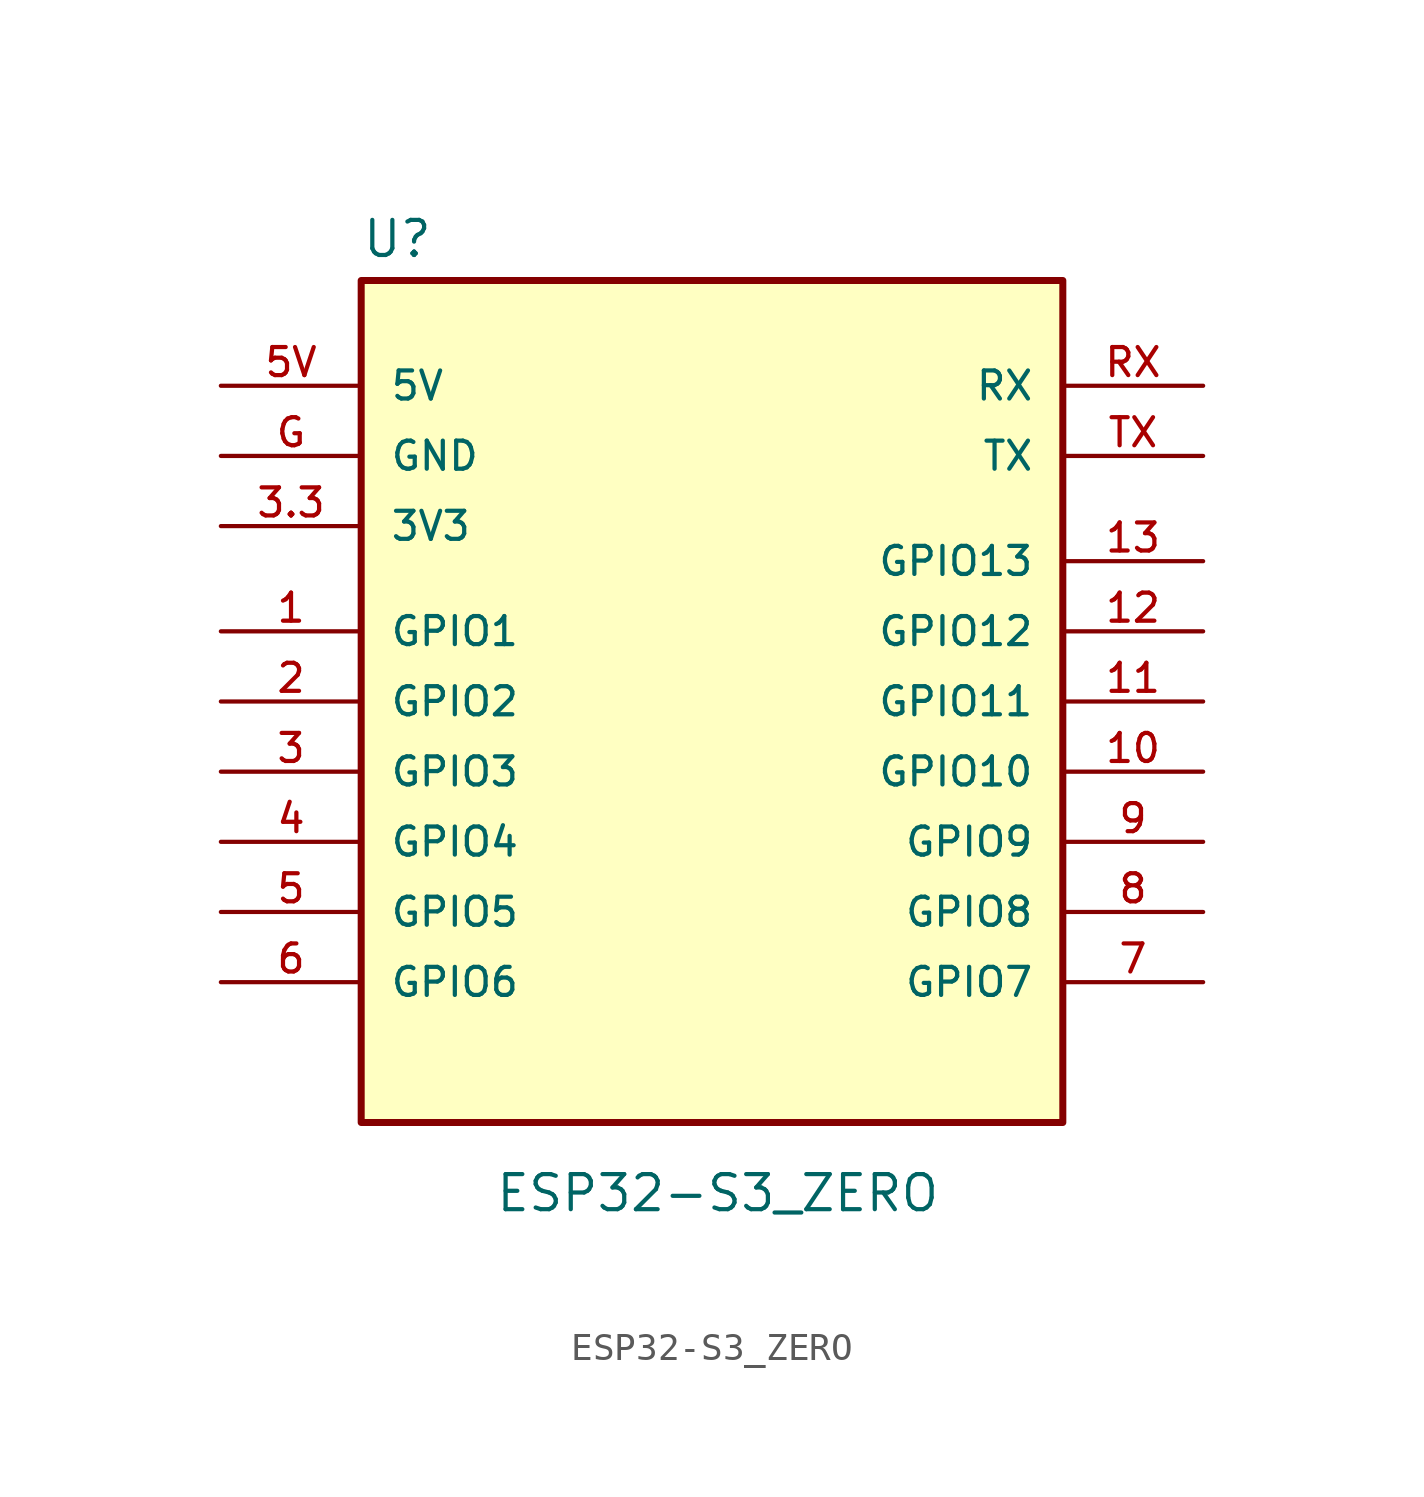
<source format=kicad_sym>
(kicad_symbol_lib
  (version 20231120)
  (generator "kicad_symbol_editor")
  (generator_version "8.0")
  (symbol "ESP32-S3_ZERO"
    (pin_names
      (offset 1.016))
    (property "Reference" "U"
      (at -12.7 16.002 0)
      (effects (font (size 1.27 1.27)) (justify left bottom)))
    (property "Value" "ESP32-S3_ZERO"
      (at -7.874 -18.542 0)
      (effects (font (size 1.27 1.27)) (justify left bottom)))
    (symbol "ESP32-S3_ZERO_0_0"
      (rectangle (start -12.7 15.24) (end 12.7 -15.24) (stroke (width 0.254) (type default)) (fill (type background)))
      (pin bidirectional line (at -17.78 2.54 0) (length 5.08) (name "GPIO1" (effects (font (size 1.016 1.016)))) (number "1" (effects (font (size 1.016 1.016)))))
      (pin bidirectional line (at 17.78 -2.54 180) (length 5.08) (name "GPIO10" (effects (font (size 1.016 1.016)))) (number "10" (effects (font (size 1.016 1.016)))))
      (pin bidirectional line (at -17.78 0 0) (length 5.08) (name "GPIO2" (effects (font (size 1.016 1.016)))) (number "2" (effects (font (size 1.016 1.016)))))
      (pin bidirectional line (at -17.78 -2.54 0) (length 5.08) (name "GPIO3" (effects (font (size 1.016 1.016)))) (number "3" (effects (font (size 1.016 1.016)))))
      (pin power_in line (at -17.78 6.35 0) (length 5.08) (name "3V3" (effects (font (size 1.016 1.016)))) (number "3.3" (effects (font (size 1.016 1.016)))))
      (pin bidirectional line (at -17.78 -5.08 0) (length 5.08) (name "GPIO4" (effects (font (size 1.016 1.016)))) (number "4" (effects (font (size 1.016 1.016)))))
      (pin bidirectional line (at -17.78 -7.62 0) (length 5.08) (name "GPIO5" (effects (font (size 1.016 1.016)))) (number "5" (effects (font (size 1.016 1.016)))))
      (pin power_in line (at -17.78 11.43 0) (length 5.08) (name "5V" (effects (font (size 1.016 1.016)))) (number "5V" (effects (font (size 1.016 1.016)))))
      (pin bidirectional line (at -17.78 -10.16 0) (length 5.08) (name "GPIO6" (effects (font (size 1.016 1.016)))) (number "6" (effects (font (size 1.016 1.016)))))
      (pin bidirectional line (at 17.78 -10.16 180) (length 5.08) (name "GPIO7" (effects (font (size 1.016 1.016)))) (number "7" (effects (font (size 1.016 1.016)))))
      (pin bidirectional line (at 17.78 -7.62 180) (length 5.08) (name "GPIO8" (effects (font (size 1.016 1.016)))) (number "8" (effects (font (size 1.016 1.016)))))
      (pin bidirectional line (at 17.78 -5.08 180) (length 5.08) (name "GPIO9" (effects (font (size 1.016 1.016)))) (number "9" (effects (font (size 1.016 1.016)))))
      (pin power_in line (at -17.78 8.89 0) (length 5.08) (name "GND" (effects (font (size 1.016 1.016)))) (number "G" (effects (font (size 1.016 1.016))))))
    (symbol "ESP32-S3_ZERO_1_0"
      (pin bidirectional line (at 17.78 0 180) (length 5.08) (name "GPIO11" (effects (font (size 1.016 1.016)))) (number "11" (effects (font (size 1.016 1.016)))))
      (pin bidirectional line (at 17.78 2.54 180) (length 5.08) (name "GPIO12" (effects (font (size 1.016 1.016)))) (number "12" (effects (font (size 1.016 1.016)))))
      (pin bidirectional line (at 17.78 5.08 180) (length 5.08) (name "GPIO13" (effects (font (size 1.016 1.016)))) (number "13" (effects (font (size 1.016 1.016)))))
      (pin bidirectional line (at 17.78 11.43 180) (length 5.08) (name "RX" (effects (font (size 1.016 1.016)))) (number "RX" (effects (font (size 1.016 1.016)))))
      (pin bidirectional line (at 17.78 8.89 180) (length 5.08) (name "TX" (effects (font (size 1.016 1.016)))) (number "TX" (effects (font (size 1.016 1.016))))))))
</source>
